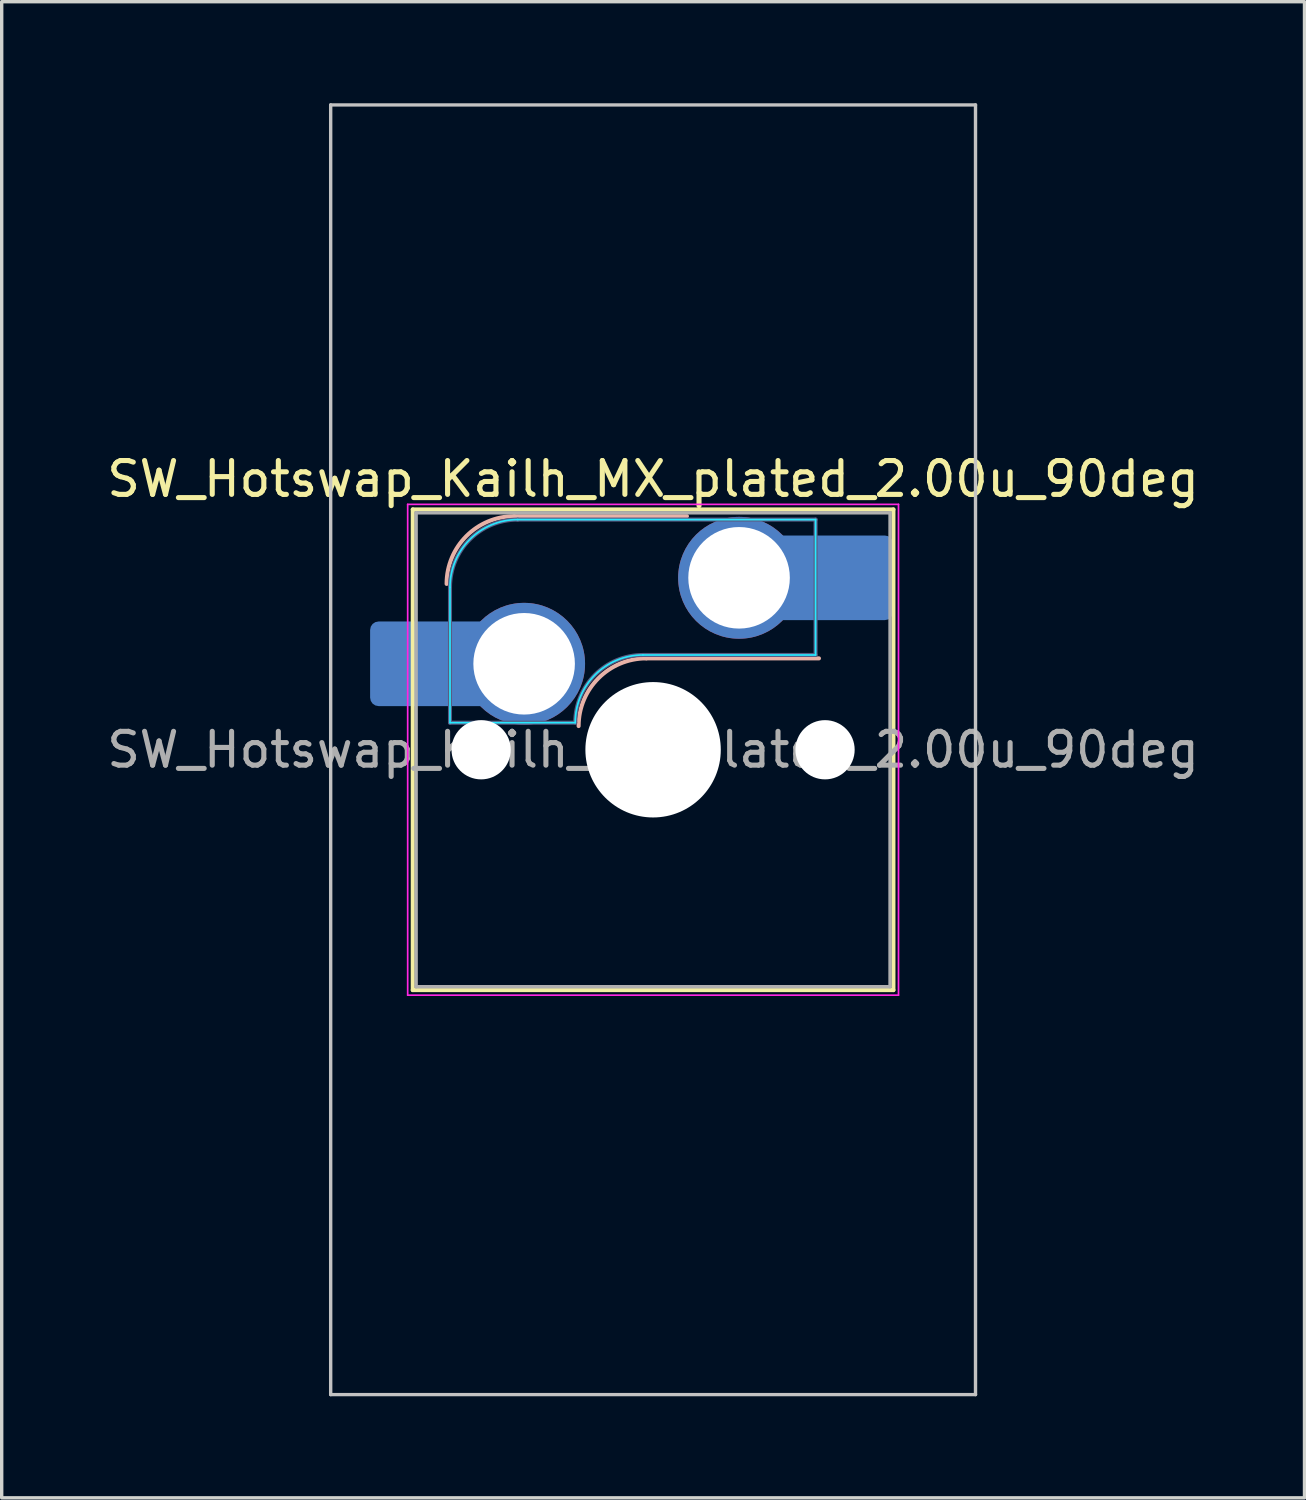
<source format=kicad_pcb>
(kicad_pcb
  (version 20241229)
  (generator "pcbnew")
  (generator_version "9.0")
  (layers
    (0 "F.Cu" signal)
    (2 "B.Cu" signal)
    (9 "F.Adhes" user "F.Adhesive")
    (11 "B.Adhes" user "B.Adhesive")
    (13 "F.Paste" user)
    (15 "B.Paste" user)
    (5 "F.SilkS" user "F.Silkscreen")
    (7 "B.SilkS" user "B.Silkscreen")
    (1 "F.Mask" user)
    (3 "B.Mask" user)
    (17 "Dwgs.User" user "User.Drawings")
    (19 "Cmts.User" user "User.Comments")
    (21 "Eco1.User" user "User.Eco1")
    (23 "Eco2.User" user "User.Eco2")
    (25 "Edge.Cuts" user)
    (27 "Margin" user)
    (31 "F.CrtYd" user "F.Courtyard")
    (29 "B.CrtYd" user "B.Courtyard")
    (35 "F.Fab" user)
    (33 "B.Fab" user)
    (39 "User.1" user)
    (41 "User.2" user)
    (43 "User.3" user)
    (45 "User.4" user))
  (footprint "SW_Hotswap_Kailh_MX_plated_2.00u_90deg"
    (layer "F.Cu")
    (at 16.244 19.1)
    (property "Reference" "SW_Hotswap_Kailh_MX_plated_2.00u_90deg" (at 0 -8 0) (layer "F.SilkS") (effects (font (size 1 1) (thickness 0.15))))
    (attr smd)
    (fp_line (start -7.1 -7.1) (end -7.1 7.1) (stroke (width 0.12) (type solid)) (layer "F.SilkS"))
    (fp_line (start -7.1 7.1) (end 7.1 7.1) (stroke (width 0.12) (type solid)) (layer "F.SilkS"))
    (fp_line (start 7.1 -7.1) (end -7.1 -7.1) (stroke (width 0.12) (type solid)) (layer "F.SilkS"))
    (fp_line (start 7.1 7.1) (end 7.1 -7.1) (stroke (width 0.12) (type solid)) (layer "F.SilkS"))
    (fp_line (start -4.1 -6.9) (end 1 -6.9) (stroke (width 0.12) (type solid)) (layer "B.SilkS"))
    (fp_line (start -0.2 -2.7) (end 4.9 -2.7) (stroke (width 0.12) (type solid)) (layer "B.SilkS"))
    (fp_arc (start -6.1 -4.9) (mid -5.514214 -6.314214) (end -4.1 -6.9) (stroke (width 0.12) (type solid)) (layer "B.SilkS"))
    (fp_arc (start -2.2 -0.7) (mid -1.614214 -2.114214) (end -0.2 -2.7) (stroke (width 0.12) (type solid)) (layer "B.SilkS"))
    (fp_line (start -9.525 -19.05) (end 9.525 -19.05) (stroke (width 0.1) (type solid)) (layer "Dwgs.User"))
    (fp_line (start -9.525 19.05) (end -9.525 -19.05) (stroke (width 0.1) (type solid)) (layer "Dwgs.User"))
    (fp_line (start 9.525 -19.05) (end 9.525 19.05) (stroke (width 0.1) (type solid)) (layer "Dwgs.User"))
    (fp_line (start 9.525 19.05) (end -9.525 19.05) (stroke (width 0.1) (type solid)) (layer "Dwgs.User"))
    (fp_line (start -7.8 -6) (end -7 -6) (stroke (width 0.1) (type solid)) (layer "Eco1.User"))
    (fp_line (start -7.8 -2.9) (end -7.8 -6) (stroke (width 0.1) (type solid)) (layer "Eco1.User"))
    (fp_line (start -7.8 2.9) (end -7 2.9) (stroke (width 0.1) (type solid)) (layer "Eco1.User"))
    (fp_line (start -7.8 6) (end -7.8 2.9) (stroke (width 0.1) (type solid)) (layer "Eco1.User"))
    (fp_line (start -7 -7) (end 7 -7) (stroke (width 0.1) (type solid)) (layer "Eco1.User"))
    (fp_line (start -7 -6) (end -7 -7) (stroke (width 0.1) (type solid)) (layer "Eco1.User"))
    (fp_line (start -7 -2.9) (end -7.8 -2.9) (stroke (width 0.1) (type solid)) (layer "Eco1.User"))
    (fp_line (start -7 2.9) (end -7 -2.9) (stroke (width 0.1) (type solid)) (layer "Eco1.User"))
    (fp_line (start -7 6) (end -7.8 6) (stroke (width 0.1) (type solid)) (layer "Eco1.User"))
    (fp_line (start -7 7) (end -7 6) (stroke (width 0.1) (type solid)) (layer "Eco1.User"))
    (fp_line (start 7 -7) (end 7 -6) (stroke (width 0.1) (type solid)) (layer "Eco1.User"))
    (fp_line (start 7 -6) (end 7.8 -6) (stroke (width 0.1) (type solid)) (layer "Eco1.User"))
    (fp_line (start 7 -2.9) (end 7 2.9) (stroke (width 0.1) (type solid)) (layer "Eco1.User"))
    (fp_line (start 7 2.9) (end 7.8 2.9) (stroke (width 0.1) (type solid)) (layer "Eco1.User"))
    (fp_line (start 7 6) (end 7 7) (stroke (width 0.1) (type solid)) (layer "Eco1.User"))
    (fp_line (start 7 7) (end -7 7) (stroke (width 0.1) (type solid)) (layer "Eco1.User"))
    (fp_line (start 7.8 -6) (end 7.8 -2.9) (stroke (width 0.1) (type solid)) (layer "Eco1.User"))
    (fp_line (start 7.8 -2.9) (end 7 -2.9) (stroke (width 0.1) (type solid)) (layer "Eco1.User"))
    (fp_line (start 7.8 2.9) (end 7.8 6) (stroke (width 0.1) (type solid)) (layer "Eco1.User"))
    (fp_line (start 7.8 6) (end 7 6) (stroke (width 0.1) (type solid)) (layer "Eco1.User"))
    (fp_line (start -6 -0.8) (end -6 -4.8) (stroke (width 0.05) (type solid)) (layer "B.CrtYd"))
    (fp_line (start -6 -0.8) (end -2.3 -0.8) (stroke (width 0.05) (type solid)) (layer "B.CrtYd"))
    (fp_line (start -4 -6.8) (end 4.8 -6.8) (stroke (width 0.05) (type solid)) (layer "B.CrtYd"))
    (fp_line (start -0.3 -2.8) (end 4.8 -2.8) (stroke (width 0.05) (type solid)) (layer "B.CrtYd"))
    (fp_line (start 4.8 -6.8) (end 4.8 -2.8) (stroke (width 0.05) (type solid)) (layer "B.CrtYd"))
    (fp_arc (start -6 -4.8) (mid -5.414214 -6.214214) (end -4 -6.8) (stroke (width 0.05) (type solid)) (layer "B.CrtYd"))
    (fp_arc (start -2.3 -0.8) (mid -1.714214 -2.214214) (end -0.3 -2.8) (stroke (width 0.05) (type solid)) (layer "B.CrtYd"))
    (fp_line (start -7.25 -7.25) (end -7.25 7.25) (stroke (width 0.05) (type solid)) (layer "F.CrtYd"))
    (fp_line (start -7.25 7.25) (end 7.25 7.25) (stroke (width 0.05) (type solid)) (layer "F.CrtYd"))
    (fp_line (start 7.25 -7.25) (end -7.25 -7.25) (stroke (width 0.05) (type solid)) (layer "F.CrtYd"))
    (fp_line (start 7.25 7.25) (end 7.25 -7.25) (stroke (width 0.05) (type solid)) (layer "F.CrtYd"))
    (fp_line (start -6 -0.8) (end -6 -4.8) (stroke (width 0.12) (type solid)) (layer "B.Fab"))
    (fp_line (start -6 -0.8) (end -2.3 -0.8) (stroke (width 0.12) (type solid)) (layer "B.Fab"))
    (fp_line (start -4 -6.8) (end 4.8 -6.8) (stroke (width 0.12) (type solid)) (layer "B.Fab"))
    (fp_line (start -0.3 -2.8) (end 4.8 -2.8) (stroke (width 0.12) (type solid)) (layer "B.Fab"))
    (fp_line (start 4.8 -6.8) (end 4.8 -2.8) (stroke (width 0.12) (type solid)) (layer "B.Fab"))
    (fp_arc (start -6 -4.8) (mid -5.414214 -6.214214) (end -4 -6.8) (stroke (width 0.12) (type solid)) (layer "B.Fab"))
    (fp_arc (start -2.3 -0.8) (mid -1.714214 -2.214214) (end -0.3 -2.8) (stroke (width 0.12) (type solid)) (layer "B.Fab"))
    (fp_line (start -7 -7) (end -7 7) (stroke (width 0.1) (type solid)) (layer "F.Fab"))
    (fp_line (start -7 7) (end 7 7) (stroke (width 0.1) (type solid)) (layer "F.Fab"))
    (fp_line (start 7 -7) (end -7 -7) (stroke (width 0.1) (type solid)) (layer "F.Fab"))
    (fp_line (start 7 7) (end 7 -7) (stroke (width 0.1) (type solid)) (layer "F.Fab"))
    (fp_text user "${REFERENCE}" (at 0 0 0) (layer "F.Fab") (effects (font (size 1 1) (thickness 0.15))))
    (pad "" smd roundrect (at -7.085 -2.54) (size 2.55 2.5) (layers "B.Mask" "B.Paste") (roundrect_rratio 0.1))
    (pad "" np_thru_hole circle (at -5.08 0) (size 1.75 1.75) (drill 1.75) (layers "*.Cu" "*.Mask"))
    (pad "" np_thru_hole circle (at 0 0) (size 4 4) (drill 4) (layers "*.Cu" "*.Mask"))
    (pad "" np_thru_hole circle (at 5.08 0) (size 1.75 1.75) (drill 1.75) (layers "*.Cu" "*.Mask"))
    (pad "" smd roundrect (at 5.842 -5.08) (size 2.55 2.5) (layers "B.Mask" "B.Paste") (roundrect_rratio 0.1))
    (pad "1" smd roundrect (at -6.585 -2.54) (size 3.55 2.5) (layers "B.Cu") (roundrect_rratio 0.1))
    (pad "1" thru_hole circle (at -3.81 -2.54) (size 3.6 3.6) (drill 3) (layers "*.Cu" "B.Mask"))
    (pad "2" thru_hole circle (at 2.54 -5.08) (size 3.6 3.6) (drill 3) (layers "*.Cu" "B.Mask"))
    (pad "2" smd roundrect (at 5.32 -5.08) (size 3.55 2.5) (layers "B.Cu") (roundrect_rratio 0.1)))
  (gr_rect
    (start -3 -3)
    (end 35.488 41.2)
    (stroke (width 0.1) (type default))
    (fill no)
    (layer "Edge.Cuts")))
</source>
